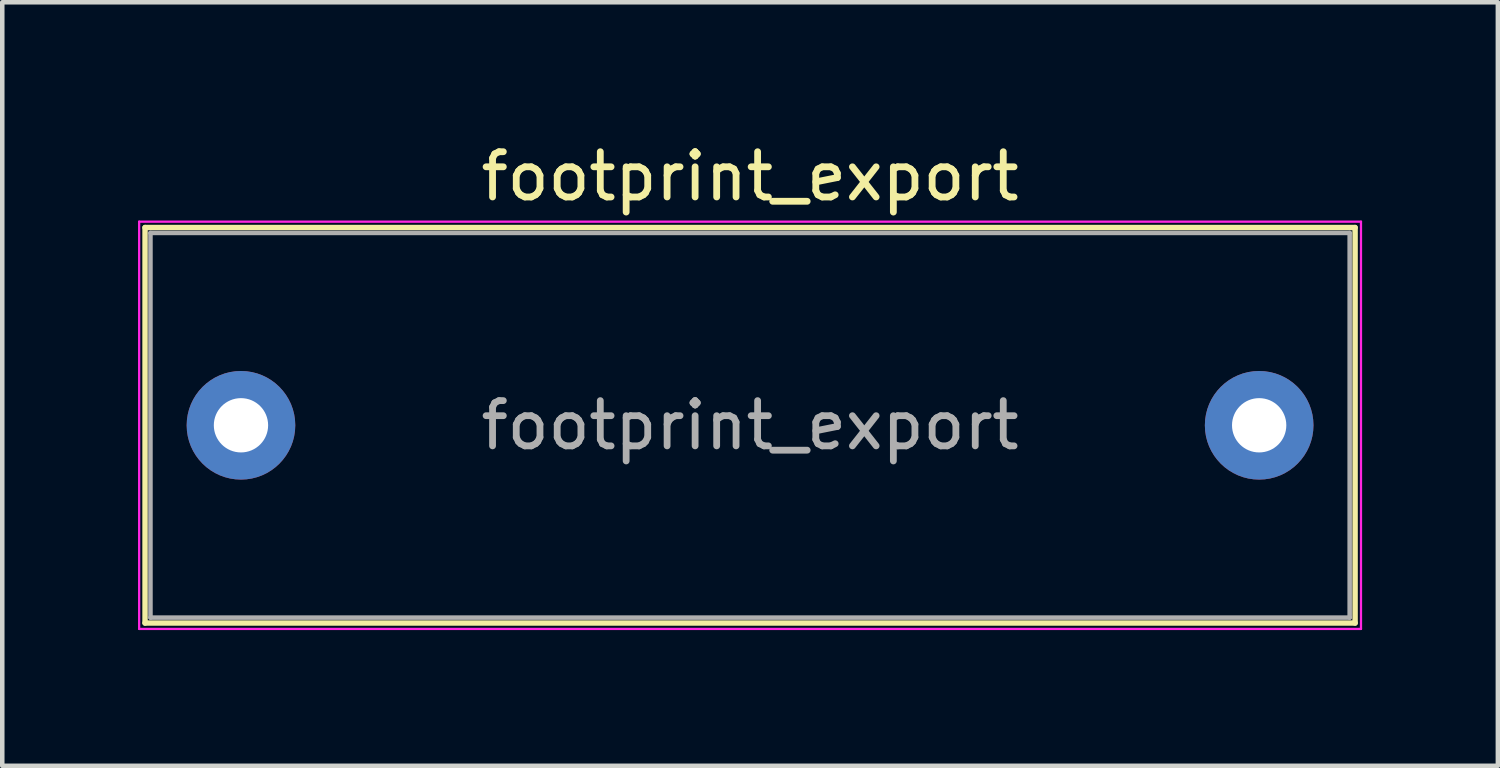
<source format=kicad_pcb>
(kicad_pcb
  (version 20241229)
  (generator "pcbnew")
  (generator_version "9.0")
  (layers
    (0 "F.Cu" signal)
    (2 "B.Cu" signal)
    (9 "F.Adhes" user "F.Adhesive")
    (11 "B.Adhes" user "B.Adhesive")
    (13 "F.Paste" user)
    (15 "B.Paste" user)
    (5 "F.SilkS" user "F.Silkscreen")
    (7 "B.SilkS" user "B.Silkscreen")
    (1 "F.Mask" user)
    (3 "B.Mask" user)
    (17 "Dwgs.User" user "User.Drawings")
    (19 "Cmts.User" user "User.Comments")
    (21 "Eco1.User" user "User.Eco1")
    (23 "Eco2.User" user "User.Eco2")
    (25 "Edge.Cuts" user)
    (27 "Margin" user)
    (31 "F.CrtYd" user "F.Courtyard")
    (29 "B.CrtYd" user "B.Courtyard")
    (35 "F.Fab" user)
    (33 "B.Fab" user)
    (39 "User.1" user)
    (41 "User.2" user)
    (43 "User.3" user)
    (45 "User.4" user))
  (footprint "footprint_export"
    (layer "F.Cu")
    (at 2.275 6.348)
    (property "Reference" "footprint_export" (at 11.25 -5.5 0) (layer "F.SilkS") (effects (font (size 1 1) (thickness 0.15))))
    (attr through_hole)
    (fp_line (start -2.12 -4.37) (end -2.12 4.37) (stroke (width 0.12) (type solid)) (layer "F.SilkS"))
    (fp_line (start -2.12 -4.37) (end 24.62 -4.37) (stroke (width 0.12) (type solid)) (layer "F.SilkS"))
    (fp_line (start -2.12 4.37) (end 24.62 4.37) (stroke (width 0.12) (type solid)) (layer "F.SilkS"))
    (fp_line (start 24.62 -4.37) (end 24.62 4.37) (stroke (width 0.12) (type solid)) (layer "F.SilkS"))
    (fp_line (start -2.25 -4.5) (end -2.25 4.5) (stroke (width 0.05) (type solid)) (layer "F.CrtYd"))
    (fp_line (start -2.25 4.5) (end 24.75 4.5) (stroke (width 0.05) (type solid)) (layer "F.CrtYd"))
    (fp_line (start 24.75 -4.5) (end -2.25 -4.5) (stroke (width 0.05) (type solid)) (layer "F.CrtYd"))
    (fp_line (start 24.75 4.5) (end 24.75 -4.5) (stroke (width 0.05) (type solid)) (layer "F.CrtYd"))
    (fp_line (start -2 -4.25) (end -2 4.25) (stroke (width 0.1) (type solid)) (layer "F.Fab"))
    (fp_line (start -2 4.25) (end 24.5 4.25) (stroke (width 0.1) (type solid)) (layer "F.Fab"))
    (fp_line (start 24.5 -4.25) (end -2 -4.25) (stroke (width 0.1) (type solid)) (layer "F.Fab"))
    (fp_line (start 24.5 4.25) (end 24.5 -4.25) (stroke (width 0.1) (type solid)) (layer "F.Fab"))
    (fp_text user "${REFERENCE}" (at 11.25 0 0) (layer "F.Fab") (effects (font (size 1 1) (thickness 0.15))))
    (pad "1" thru_hole circle (at 0 0) (size 2.4 2.4) (drill 1.2) (layers "*.Cu" "*.Mask"))
    (pad "2" thru_hole circle (at 22.5 0) (size 2.4 2.4) (drill 1.2) (layers "*.Cu" "*.Mask")))
  (gr_rect
    (start -3 -3)
    (end 30.05 13.873)
    (stroke (width 0.1) (type default))
    (fill no)
    (layer "Edge.Cuts")))
</source>
